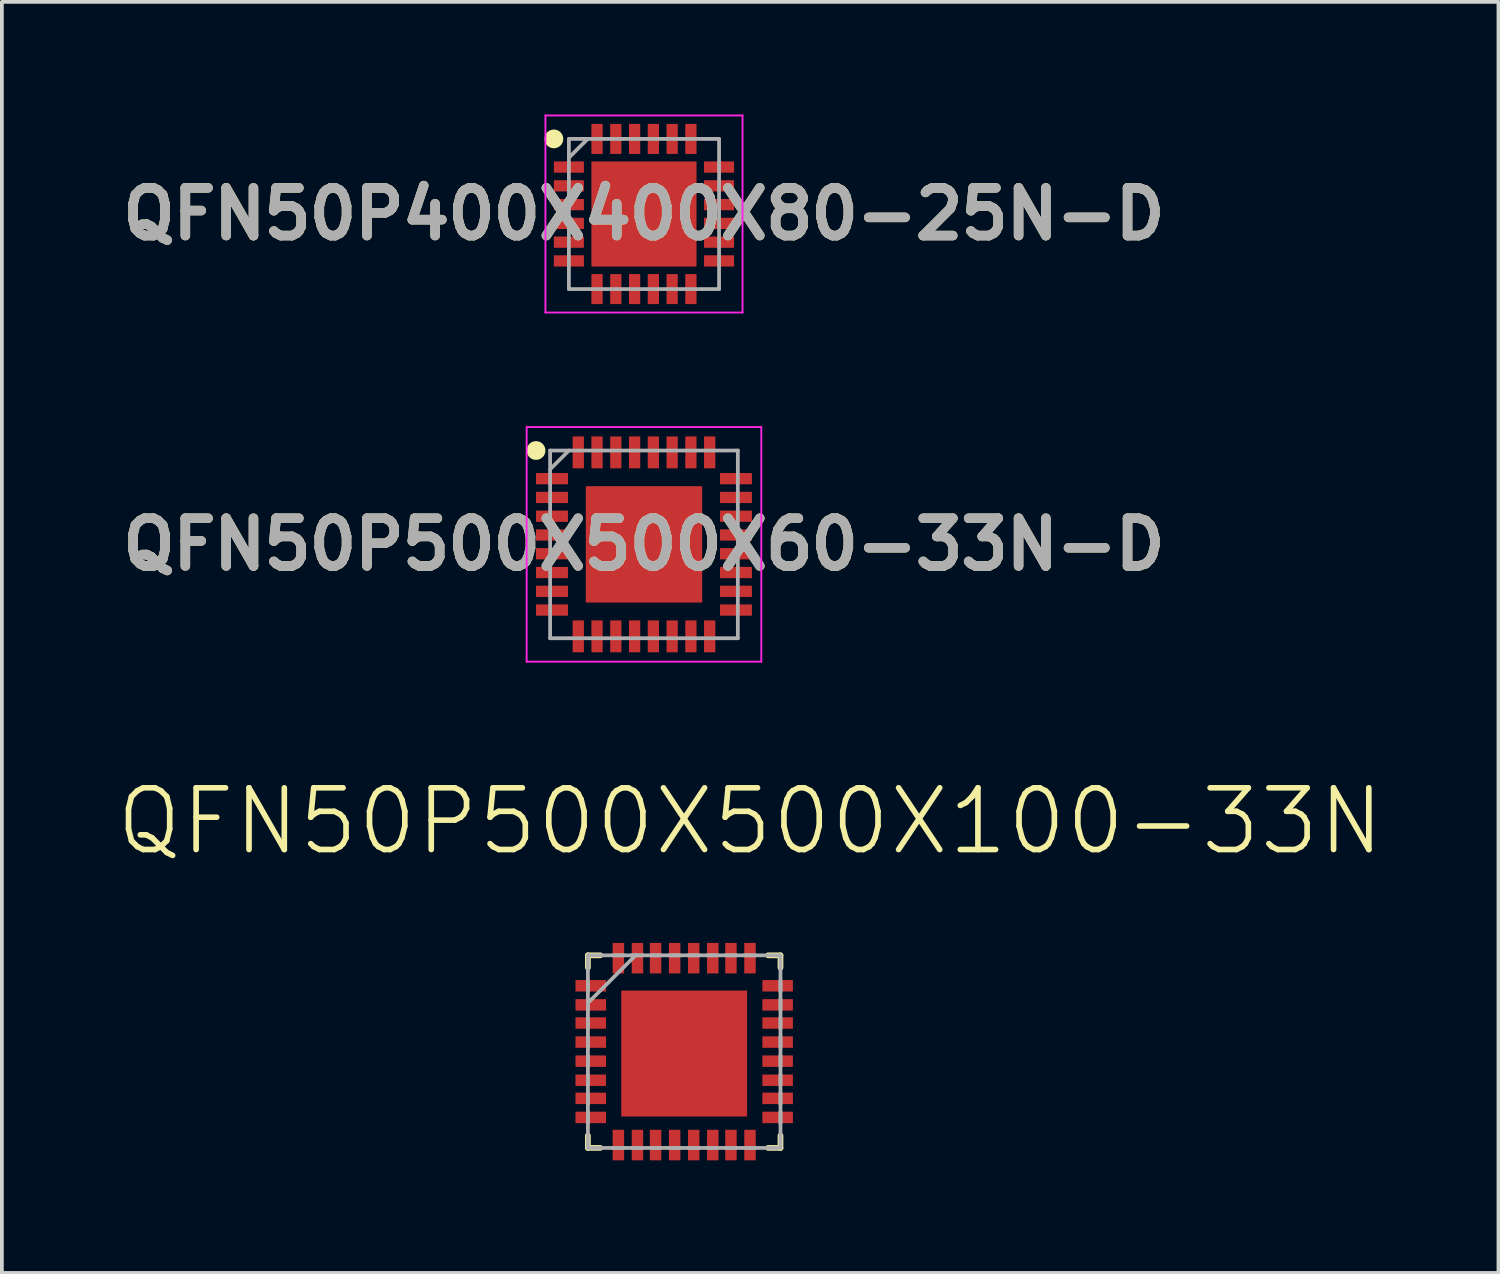
<source format=kicad_pcb>
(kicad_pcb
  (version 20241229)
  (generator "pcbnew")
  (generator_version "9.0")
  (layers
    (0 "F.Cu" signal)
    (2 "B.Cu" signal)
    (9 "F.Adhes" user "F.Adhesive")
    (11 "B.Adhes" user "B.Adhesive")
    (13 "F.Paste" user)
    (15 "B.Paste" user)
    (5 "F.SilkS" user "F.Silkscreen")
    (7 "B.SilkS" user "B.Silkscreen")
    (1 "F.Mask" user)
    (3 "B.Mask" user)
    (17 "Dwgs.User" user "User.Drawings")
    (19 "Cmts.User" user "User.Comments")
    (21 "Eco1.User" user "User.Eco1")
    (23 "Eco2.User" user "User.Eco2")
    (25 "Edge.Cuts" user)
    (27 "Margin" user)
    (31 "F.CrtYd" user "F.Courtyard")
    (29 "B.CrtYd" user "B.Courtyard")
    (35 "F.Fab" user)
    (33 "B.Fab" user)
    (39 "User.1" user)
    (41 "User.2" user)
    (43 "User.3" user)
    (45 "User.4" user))
  (footprint "QFN50P500X500X60-33N-D"
    (layer "F.Cu")
    (at 14.103 11.45)
    (property "Reference" "QFN50P500X500X60-33N-D" (at 0 0 0) (layer "F.SilkS") (effects (font (size 1.27 1.27) (thickness 0.254))))
    (attr smd)
    (fp_circle (center -2.875 -2.5) (end -2.875 -2.375) (stroke (width 0.25) (type solid)) (fill no) (layer "F.SilkS"))
    (fp_line (start -3.125 -3.125) (end 3.125 -3.125) (stroke (width 0.05) (type solid)) (layer "F.CrtYd"))
    (fp_line (start -3.125 3.125) (end -3.125 -3.125) (stroke (width 0.05) (type solid)) (layer "F.CrtYd"))
    (fp_line (start 3.125 -3.125) (end 3.125 3.125) (stroke (width 0.05) (type solid)) (layer "F.CrtYd"))
    (fp_line (start 3.125 3.125) (end -3.125 3.125) (stroke (width 0.05) (type solid)) (layer "F.CrtYd"))
    (fp_line (start -2.5 -2.5) (end 2.5 -2.5) (stroke (width 0.1) (type solid)) (layer "F.Fab"))
    (fp_line (start -2.5 -2) (end -2 -2.5) (stroke (width 0.1) (type solid)) (layer "F.Fab"))
    (fp_line (start -2.5 2.5) (end -2.5 -2.5) (stroke (width 0.1) (type solid)) (layer "F.Fab"))
    (fp_line (start 2.5 -2.5) (end 2.5 2.5) (stroke (width 0.1) (type solid)) (layer "F.Fab"))
    (fp_line (start 2.5 2.5) (end -2.5 2.5) (stroke (width 0.1) (type solid)) (layer "F.Fab"))
    (fp_text user "${REFERENCE}" (at 0 0 0) (layer "F.Fab") (effects (font (size 1.27 1.27) (thickness 0.254))))
    (pad "1" smd rect (at -2.45 -1.75 90) (size 0.3 0.85) (layers "F.Cu" "F.Mask" "F.Paste"))
    (pad "2" smd rect (at -2.45 -1.25 90) (size 0.3 0.85) (layers "F.Cu" "F.Mask" "F.Paste"))
    (pad "3" smd rect (at -2.45 -0.75 90) (size 0.3 0.85) (layers "F.Cu" "F.Mask" "F.Paste"))
    (pad "4" smd rect (at -2.45 -0.25 90) (size 0.3 0.85) (layers "F.Cu" "F.Mask" "F.Paste"))
    (pad "5" smd rect (at -2.45 0.25 90) (size 0.3 0.85) (layers "F.Cu" "F.Mask" "F.Paste"))
    (pad "6" smd rect (at -2.45 0.75 90) (size 0.3 0.85) (layers "F.Cu" "F.Mask" "F.Paste"))
    (pad "7" smd rect (at -2.45 1.25 90) (size 0.3 0.85) (layers "F.Cu" "F.Mask" "F.Paste"))
    (pad "8" smd rect (at -2.45 1.75 90) (size 0.3 0.85) (layers "F.Cu" "F.Mask" "F.Paste"))
    (pad "9" smd rect (at -1.75 2.45) (size 0.3 0.85) (layers "F.Cu" "F.Mask" "F.Paste"))
    (pad "10" smd rect (at -1.25 2.45) (size 0.3 0.85) (layers "F.Cu" "F.Mask" "F.Paste"))
    (pad "11" smd rect (at -0.75 2.45) (size 0.3 0.85) (layers "F.Cu" "F.Mask" "F.Paste"))
    (pad "12" smd rect (at -0.25 2.45) (size 0.3 0.85) (layers "F.Cu" "F.Mask" "F.Paste"))
    (pad "13" smd rect (at 0.25 2.45) (size 0.3 0.85) (layers "F.Cu" "F.Mask" "F.Paste"))
    (pad "14" smd rect (at 0.75 2.45) (size 0.3 0.85) (layers "F.Cu" "F.Mask" "F.Paste"))
    (pad "15" smd rect (at 1.25 2.45) (size 0.3 0.85) (layers "F.Cu" "F.Mask" "F.Paste"))
    (pad "16" smd rect (at 1.75 2.45) (size 0.3 0.85) (layers "F.Cu" "F.Mask" "F.Paste"))
    (pad "17" smd rect (at 2.45 1.75 90) (size 0.3 0.85) (layers "F.Cu" "F.Mask" "F.Paste"))
    (pad "18" smd rect (at 2.45 1.25 90) (size 0.3 0.85) (layers "F.Cu" "F.Mask" "F.Paste"))
    (pad "19" smd rect (at 2.45 0.75 90) (size 0.3 0.85) (layers "F.Cu" "F.Mask" "F.Paste"))
    (pad "20" smd rect (at 2.45 0.25 90) (size 0.3 0.85) (layers "F.Cu" "F.Mask" "F.Paste"))
    (pad "21" smd rect (at 2.45 -0.25 90) (size 0.3 0.85) (layers "F.Cu" "F.Mask" "F.Paste"))
    (pad "22" smd rect (at 2.45 -0.75 90) (size 0.3 0.85) (layers "F.Cu" "F.Mask" "F.Paste"))
    (pad "23" smd rect (at 2.45 -1.25 90) (size 0.3 0.85) (layers "F.Cu" "F.Mask" "F.Paste"))
    (pad "24" smd rect (at 2.45 -1.75 90) (size 0.3 0.85) (layers "F.Cu" "F.Mask" "F.Paste"))
    (pad "25" smd rect (at 1.75 -2.45) (size 0.3 0.85) (layers "F.Cu" "F.Mask" "F.Paste"))
    (pad "26" smd rect (at 1.25 -2.45) (size 0.3 0.85) (layers "F.Cu" "F.Mask" "F.Paste"))
    (pad "27" smd rect (at 0.75 -2.45) (size 0.3 0.85) (layers "F.Cu" "F.Mask" "F.Paste"))
    (pad "28" smd rect (at 0.25 -2.45) (size 0.3 0.85) (layers "F.Cu" "F.Mask" "F.Paste"))
    (pad "29" smd rect (at -0.25 -2.45) (size 0.3 0.85) (layers "F.Cu" "F.Mask" "F.Paste"))
    (pad "30" smd rect (at -0.75 -2.45) (size 0.3 0.85) (layers "F.Cu" "F.Mask" "F.Paste"))
    (pad "31" smd rect (at -1.25 -2.45) (size 0.3 0.85) (layers "F.Cu" "F.Mask" "F.Paste"))
    (pad "32" smd rect (at -1.75 -2.45) (size 0.3 0.85) (layers "F.Cu" "F.Mask" "F.Paste"))
    (pad "33" smd rect (at 0 0) (size 3.1 3.1) (layers "F.Cu" "F.Mask" "F.Paste")))
  (footprint "QFN50P500X500X100-33N"
    (layer "F.Cu")
    (at 15.174 24.961)
    (property "Reference" "QFN50P500X500X100-33N" (at 1.757 -6.136 0) (layer "F.SilkS") (effects (font (size 1.644 1.644) (thickness 0.15))))
    (attr smd)
    (fp_line (start -2.565 -2.565) (end -2.565 -2.235) (stroke (width 0.152) (type solid)) (layer "F.SilkS"))
    (fp_line (start -2.565 2.235) (end -2.565 2.565) (stroke (width 0.152) (type solid)) (layer "F.SilkS"))
    (fp_line (start -2.565 2.565) (end -2.235 2.565) (stroke (width 0.152) (type solid)) (layer "F.SilkS"))
    (fp_line (start -2.235 -2.565) (end -2.565 -2.565) (stroke (width 0.152) (type solid)) (layer "F.SilkS"))
    (fp_line (start 2.235 2.565) (end 2.565 2.565) (stroke (width 0.152) (type solid)) (layer "F.SilkS"))
    (fp_line (start 2.565 -2.565) (end 2.235 -2.565) (stroke (width 0.152) (type solid)) (layer "F.SilkS"))
    (fp_line (start 2.565 -2.235) (end 2.565 -2.565) (stroke (width 0.152) (type solid)) (layer "F.SilkS"))
    (fp_line (start 2.565 2.565) (end 2.565 2.235) (stroke (width 0.152) (type solid)) (layer "F.SilkS"))
    (fp_line (start -2.565 -2.565) (end -2.565 2.565) (stroke (width 0.1) (type solid)) (layer "F.Fab"))
    (fp_line (start -2.565 -1.905) (end -2.565 -1.6) (stroke (width 0.1) (type solid)) (layer "F.Fab"))
    (fp_line (start -2.565 -1.397) (end -2.565 -1.092) (stroke (width 0.1) (type solid)) (layer "F.Fab"))
    (fp_line (start -2.565 -1.295) (end -1.295 -2.565) (stroke (width 0.1) (type solid)) (layer "F.Fab"))
    (fp_line (start -2.565 -0.889) (end -2.565 -0.61) (stroke (width 0.1) (type solid)) (layer "F.Fab"))
    (fp_line (start -2.565 -0.406) (end -2.565 -0.102) (stroke (width 0.1) (type solid)) (layer "F.Fab"))
    (fp_line (start -2.565 0.102) (end -2.565 0.406) (stroke (width 0.1) (type solid)) (layer "F.Fab"))
    (fp_line (start -2.565 0.61) (end -2.565 0.889) (stroke (width 0.1) (type solid)) (layer "F.Fab"))
    (fp_line (start -2.565 1.092) (end -2.565 1.397) (stroke (width 0.1) (type solid)) (layer "F.Fab"))
    (fp_line (start -2.565 1.6) (end -2.565 1.905) (stroke (width 0.1) (type solid)) (layer "F.Fab"))
    (fp_line (start -2.565 2.565) (end 2.565 2.565) (stroke (width 0.1) (type solid)) (layer "F.Fab"))
    (fp_line (start -1.905 2.565) (end -1.6 2.565) (stroke (width 0.1) (type solid)) (layer "F.Fab"))
    (fp_line (start -1.6 -2.565) (end -1.905 -2.565) (stroke (width 0.1) (type solid)) (layer "F.Fab"))
    (fp_line (start -1.397 2.565) (end -1.092 2.565) (stroke (width 0.1) (type solid)) (layer "F.Fab"))
    (fp_line (start -1.092 -2.565) (end -1.397 -2.565) (stroke (width 0.1) (type solid)) (layer "F.Fab"))
    (fp_line (start -0.889 2.565) (end -0.61 2.565) (stroke (width 0.1) (type solid)) (layer "F.Fab"))
    (fp_line (start -0.61 -2.565) (end -0.889 -2.565) (stroke (width 0.1) (type solid)) (layer "F.Fab"))
    (fp_line (start -0.406 2.565) (end -0.102 2.565) (stroke (width 0.1) (type solid)) (layer "F.Fab"))
    (fp_line (start -0.102 -2.565) (end -0.406 -2.565) (stroke (width 0.1) (type solid)) (layer "F.Fab"))
    (fp_line (start 0.102 2.565) (end 0.406 2.565) (stroke (width 0.1) (type solid)) (layer "F.Fab"))
    (fp_line (start 0.406 -2.565) (end 0.102 -2.565) (stroke (width 0.1) (type solid)) (layer "F.Fab"))
    (fp_line (start 0.61 2.565) (end 0.889 2.565) (stroke (width 0.1) (type solid)) (layer "F.Fab"))
    (fp_line (start 0.889 -2.565) (end 0.61 -2.565) (stroke (width 0.1) (type solid)) (layer "F.Fab"))
    (fp_line (start 1.092 2.565) (end 1.397 2.565) (stroke (width 0.1) (type solid)) (layer "F.Fab"))
    (fp_line (start 1.397 -2.565) (end 1.092 -2.565) (stroke (width 0.1) (type solid)) (layer "F.Fab"))
    (fp_line (start 1.6 2.565) (end 1.905 2.565) (stroke (width 0.1) (type solid)) (layer "F.Fab"))
    (fp_line (start 1.905 -2.565) (end 1.6 -2.565) (stroke (width 0.1) (type solid)) (layer "F.Fab"))
    (fp_line (start 2.565 -2.565) (end -2.565 -2.565) (stroke (width 0.1) (type solid)) (layer "F.Fab"))
    (fp_line (start 2.565 -1.6) (end 2.565 -1.905) (stroke (width 0.1) (type solid)) (layer "F.Fab"))
    (fp_line (start 2.565 -1.092) (end 2.565 -1.397) (stroke (width 0.1) (type solid)) (layer "F.Fab"))
    (fp_line (start 2.565 -0.61) (end 2.565 -0.889) (stroke (width 0.1) (type solid)) (layer "F.Fab"))
    (fp_line (start 2.565 -0.102) (end 2.565 -0.406) (stroke (width 0.1) (type solid)) (layer "F.Fab"))
    (fp_line (start 2.565 0.406) (end 2.565 0.102) (stroke (width 0.1) (type solid)) (layer "F.Fab"))
    (fp_line (start 2.565 0.889) (end 2.565 0.61) (stroke (width 0.1) (type solid)) (layer "F.Fab"))
    (fp_line (start 2.565 1.397) (end 2.565 1.092) (stroke (width 0.1) (type solid)) (layer "F.Fab"))
    (fp_line (start 2.565 1.905) (end 2.565 1.6) (stroke (width 0.1) (type solid)) (layer "F.Fab"))
    (fp_line (start 2.565 2.565) (end 2.565 -2.565) (stroke (width 0.1) (type solid)) (layer "F.Fab"))
    (pad "1" smd rect (at -2.489 -1.753 270) (size 0.305 0.813) (layers "F.Cu" "F.Mask" "F.Paste"))
    (pad "2" smd rect (at -2.489 -1.245 270) (size 0.305 0.813) (layers "F.Cu" "F.Mask" "F.Paste"))
    (pad "3" smd rect (at -2.489 -0.762 270) (size 0.305 0.813) (layers "F.Cu" "F.Mask" "F.Paste"))
    (pad "4" smd rect (at -2.489 -0.254 270) (size 0.305 0.813) (layers "F.Cu" "F.Mask" "F.Paste"))
    (pad "5" smd rect (at -2.489 0.254 270) (size 0.305 0.813) (layers "F.Cu" "F.Mask" "F.Paste"))
    (pad "6" smd rect (at -2.489 0.762 270) (size 0.305 0.813) (layers "F.Cu" "F.Mask" "F.Paste"))
    (pad "7" smd rect (at -2.489 1.245 270) (size 0.305 0.813) (layers "F.Cu" "F.Mask" "F.Paste"))
    (pad "8" smd rect (at -2.489 1.753 270) (size 0.305 0.813) (layers "F.Cu" "F.Mask" "F.Paste"))
    (pad "9" smd rect (at -1.753 2.489 180) (size 0.305 0.813) (layers "F.Cu" "F.Mask" "F.Paste"))
    (pad "10" smd rect (at -1.245 2.489 180) (size 0.305 0.813) (layers "F.Cu" "F.Mask" "F.Paste"))
    (pad "11" smd rect (at -0.762 2.489 180) (size 0.305 0.813) (layers "F.Cu" "F.Mask" "F.Paste"))
    (pad "12" smd rect (at -0.254 2.489 180) (size 0.305 0.813) (layers "F.Cu" "F.Mask" "F.Paste"))
    (pad "13" smd rect (at 0.254 2.489 180) (size 0.305 0.813) (layers "F.Cu" "F.Mask" "F.Paste"))
    (pad "14" smd rect (at 0.762 2.489 180) (size 0.305 0.813) (layers "F.Cu" "F.Mask" "F.Paste"))
    (pad "15" smd rect (at 1.245 2.489 180) (size 0.305 0.813) (layers "F.Cu" "F.Mask" "F.Paste"))
    (pad "16" smd rect (at 1.753 2.489 180) (size 0.305 0.813) (layers "F.Cu" "F.Mask" "F.Paste"))
    (pad "17" smd rect (at 2.489 1.753 270) (size 0.305 0.813) (layers "F.Cu" "F.Mask" "F.Paste"))
    (pad "18" smd rect (at 2.489 1.245 270) (size 0.305 0.813) (layers "F.Cu" "F.Mask" "F.Paste"))
    (pad "19" smd rect (at 2.489 0.762 270) (size 0.305 0.813) (layers "F.Cu" "F.Mask" "F.Paste"))
    (pad "20" smd rect (at 2.489 0.254 270) (size 0.305 0.813) (layers "F.Cu" "F.Mask" "F.Paste"))
    (pad "21" smd rect (at 2.489 -0.254 270) (size 0.305 0.813) (layers "F.Cu" "F.Mask" "F.Paste"))
    (pad "22" smd rect (at 2.489 -0.762 270) (size 0.305 0.813) (layers "F.Cu" "F.Mask" "F.Paste"))
    (pad "23" smd rect (at 2.489 -1.245 270) (size 0.305 0.813) (layers "F.Cu" "F.Mask" "F.Paste"))
    (pad "24" smd rect (at 2.489 -1.753 270) (size 0.305 0.813) (layers "F.Cu" "F.Mask" "F.Paste"))
    (pad "25" smd rect (at 1.753 -2.489 180) (size 0.305 0.813) (layers "F.Cu" "F.Mask" "F.Paste"))
    (pad "26" smd rect (at 1.245 -2.489 180) (size 0.305 0.813) (layers "F.Cu" "F.Mask" "F.Paste"))
    (pad "27" smd rect (at 0.762 -2.489 180) (size 0.305 0.813) (layers "F.Cu" "F.Mask" "F.Paste"))
    (pad "28" smd rect (at 0.254 -2.489 180) (size 0.305 0.813) (layers "F.Cu" "F.Mask" "F.Paste"))
    (pad "29" smd rect (at -0.254 -2.489 180) (size 0.305 0.813) (layers "F.Cu" "F.Mask" "F.Paste"))
    (pad "30" smd rect (at -0.762 -2.489 180) (size 0.305 0.813) (layers "F.Cu" "F.Mask" "F.Paste"))
    (pad "31" smd rect (at -1.245 -2.489 180) (size 0.305 0.813) (layers "F.Cu" "F.Mask" "F.Paste"))
    (pad "32" smd rect (at -1.753 -2.489 180) (size 0.305 0.813) (layers "F.Cu" "F.Mask" "F.Paste"))
    (pad "33" smd rect (at 0 0.051) (size 3.353 3.353) (layers "F.Cu" "F.Mask" "F.Paste")))
  (footprint "QFN50P400X400X80-25N-D"
    (layer "F.Cu")
    (at 14.103 2.65)
    (property "Reference" "QFN50P400X400X80-25N-D" (at 0 0 0) (layer "F.SilkS") (effects (font (size 1.27 1.27) (thickness 0.254))))
    (attr smd)
    (fp_circle (center -2.4 -2) (end -2.4 -1.875) (stroke (width 0.25) (type solid)) (fill no) (layer "F.SilkS"))
    (fp_line (start -2.625 -2.625) (end 2.625 -2.625) (stroke (width 0.05) (type solid)) (layer "F.CrtYd"))
    (fp_line (start -2.625 2.625) (end -2.625 -2.625) (stroke (width 0.05) (type solid)) (layer "F.CrtYd"))
    (fp_line (start 2.625 -2.625) (end 2.625 2.625) (stroke (width 0.05) (type solid)) (layer "F.CrtYd"))
    (fp_line (start 2.625 2.625) (end -2.625 2.625) (stroke (width 0.05) (type solid)) (layer "F.CrtYd"))
    (fp_line (start -2 -2) (end 2 -2) (stroke (width 0.1) (type solid)) (layer "F.Fab"))
    (fp_line (start -2 -1.5) (end -1.5 -2) (stroke (width 0.1) (type solid)) (layer "F.Fab"))
    (fp_line (start -2 2) (end -2 -2) (stroke (width 0.1) (type solid)) (layer "F.Fab"))
    (fp_line (start 2 -2) (end 2 2) (stroke (width 0.1) (type solid)) (layer "F.Fab"))
    (fp_line (start 2 2) (end -2 2) (stroke (width 0.1) (type solid)) (layer "F.Fab"))
    (fp_text user "${REFERENCE}" (at 0 0 0) (layer "F.Fab") (effects (font (size 1.27 1.27) (thickness 0.254))))
    (pad "1" smd rect (at -2 -1.25 90) (size 0.3 0.8) (layers "F.Cu" "F.Mask" "F.Paste"))
    (pad "2" smd rect (at -2 -0.75 90) (size 0.3 0.8) (layers "F.Cu" "F.Mask" "F.Paste"))
    (pad "3" smd rect (at -2 -0.25 90) (size 0.3 0.8) (layers "F.Cu" "F.Mask" "F.Paste"))
    (pad "4" smd rect (at -2 0.25 90) (size 0.3 0.8) (layers "F.Cu" "F.Mask" "F.Paste"))
    (pad "5" smd rect (at -2 0.75 90) (size 0.3 0.8) (layers "F.Cu" "F.Mask" "F.Paste"))
    (pad "6" smd rect (at -2 1.25 90) (size 0.3 0.8) (layers "F.Cu" "F.Mask" "F.Paste"))
    (pad "7" smd rect (at -1.25 2) (size 0.3 0.8) (layers "F.Cu" "F.Mask" "F.Paste"))
    (pad "8" smd rect (at -0.75 2) (size 0.3 0.8) (layers "F.Cu" "F.Mask" "F.Paste"))
    (pad "9" smd rect (at -0.25 2) (size 0.3 0.8) (layers "F.Cu" "F.Mask" "F.Paste"))
    (pad "10" smd rect (at 0.25 2) (size 0.3 0.8) (layers "F.Cu" "F.Mask" "F.Paste"))
    (pad "11" smd rect (at 0.75 2) (size 0.3 0.8) (layers "F.Cu" "F.Mask" "F.Paste"))
    (pad "12" smd rect (at 1.25 2) (size 0.3 0.8) (layers "F.Cu" "F.Mask" "F.Paste"))
    (pad "13" smd rect (at 2 1.25 90) (size 0.3 0.8) (layers "F.Cu" "F.Mask" "F.Paste"))
    (pad "14" smd rect (at 2 0.75 90) (size 0.3 0.8) (layers "F.Cu" "F.Mask" "F.Paste"))
    (pad "15" smd rect (at 2 0.25 90) (size 0.3 0.8) (layers "F.Cu" "F.Mask" "F.Paste"))
    (pad "16" smd rect (at 2 -0.25 90) (size 0.3 0.8) (layers "F.Cu" "F.Mask" "F.Paste"))
    (pad "17" smd rect (at 2 -0.75 90) (size 0.3 0.8) (layers "F.Cu" "F.Mask" "F.Paste"))
    (pad "18" smd rect (at 2 -1.25 90) (size 0.3 0.8) (layers "F.Cu" "F.Mask" "F.Paste"))
    (pad "19" smd rect (at 1.25 -2) (size 0.3 0.8) (layers "F.Cu" "F.Mask" "F.Paste"))
    (pad "20" smd rect (at 0.75 -2) (size 0.3 0.8) (layers "F.Cu" "F.Mask" "F.Paste"))
    (pad "21" smd rect (at 0.25 -2) (size 0.3 0.8) (layers "F.Cu" "F.Mask" "F.Paste"))
    (pad "22" smd rect (at -0.25 -2) (size 0.3 0.8) (layers "F.Cu" "F.Mask" "F.Paste"))
    (pad "23" smd rect (at -0.75 -2) (size 0.3 0.8) (layers "F.Cu" "F.Mask" "F.Paste"))
    (pad "24" smd rect (at -1.25 -2) (size 0.3 0.8) (layers "F.Cu" "F.Mask" "F.Paste"))
    (pad "25" smd rect (at 0 0) (size 2.8 2.8) (layers "F.Cu" "F.Mask" "F.Paste")))
  (gr_rect
    (start -3 -3)
    (end 36.863 30.857)
    (stroke (width 0.1) (type default))
    (fill no)
    (layer "Edge.Cuts")))
</source>
